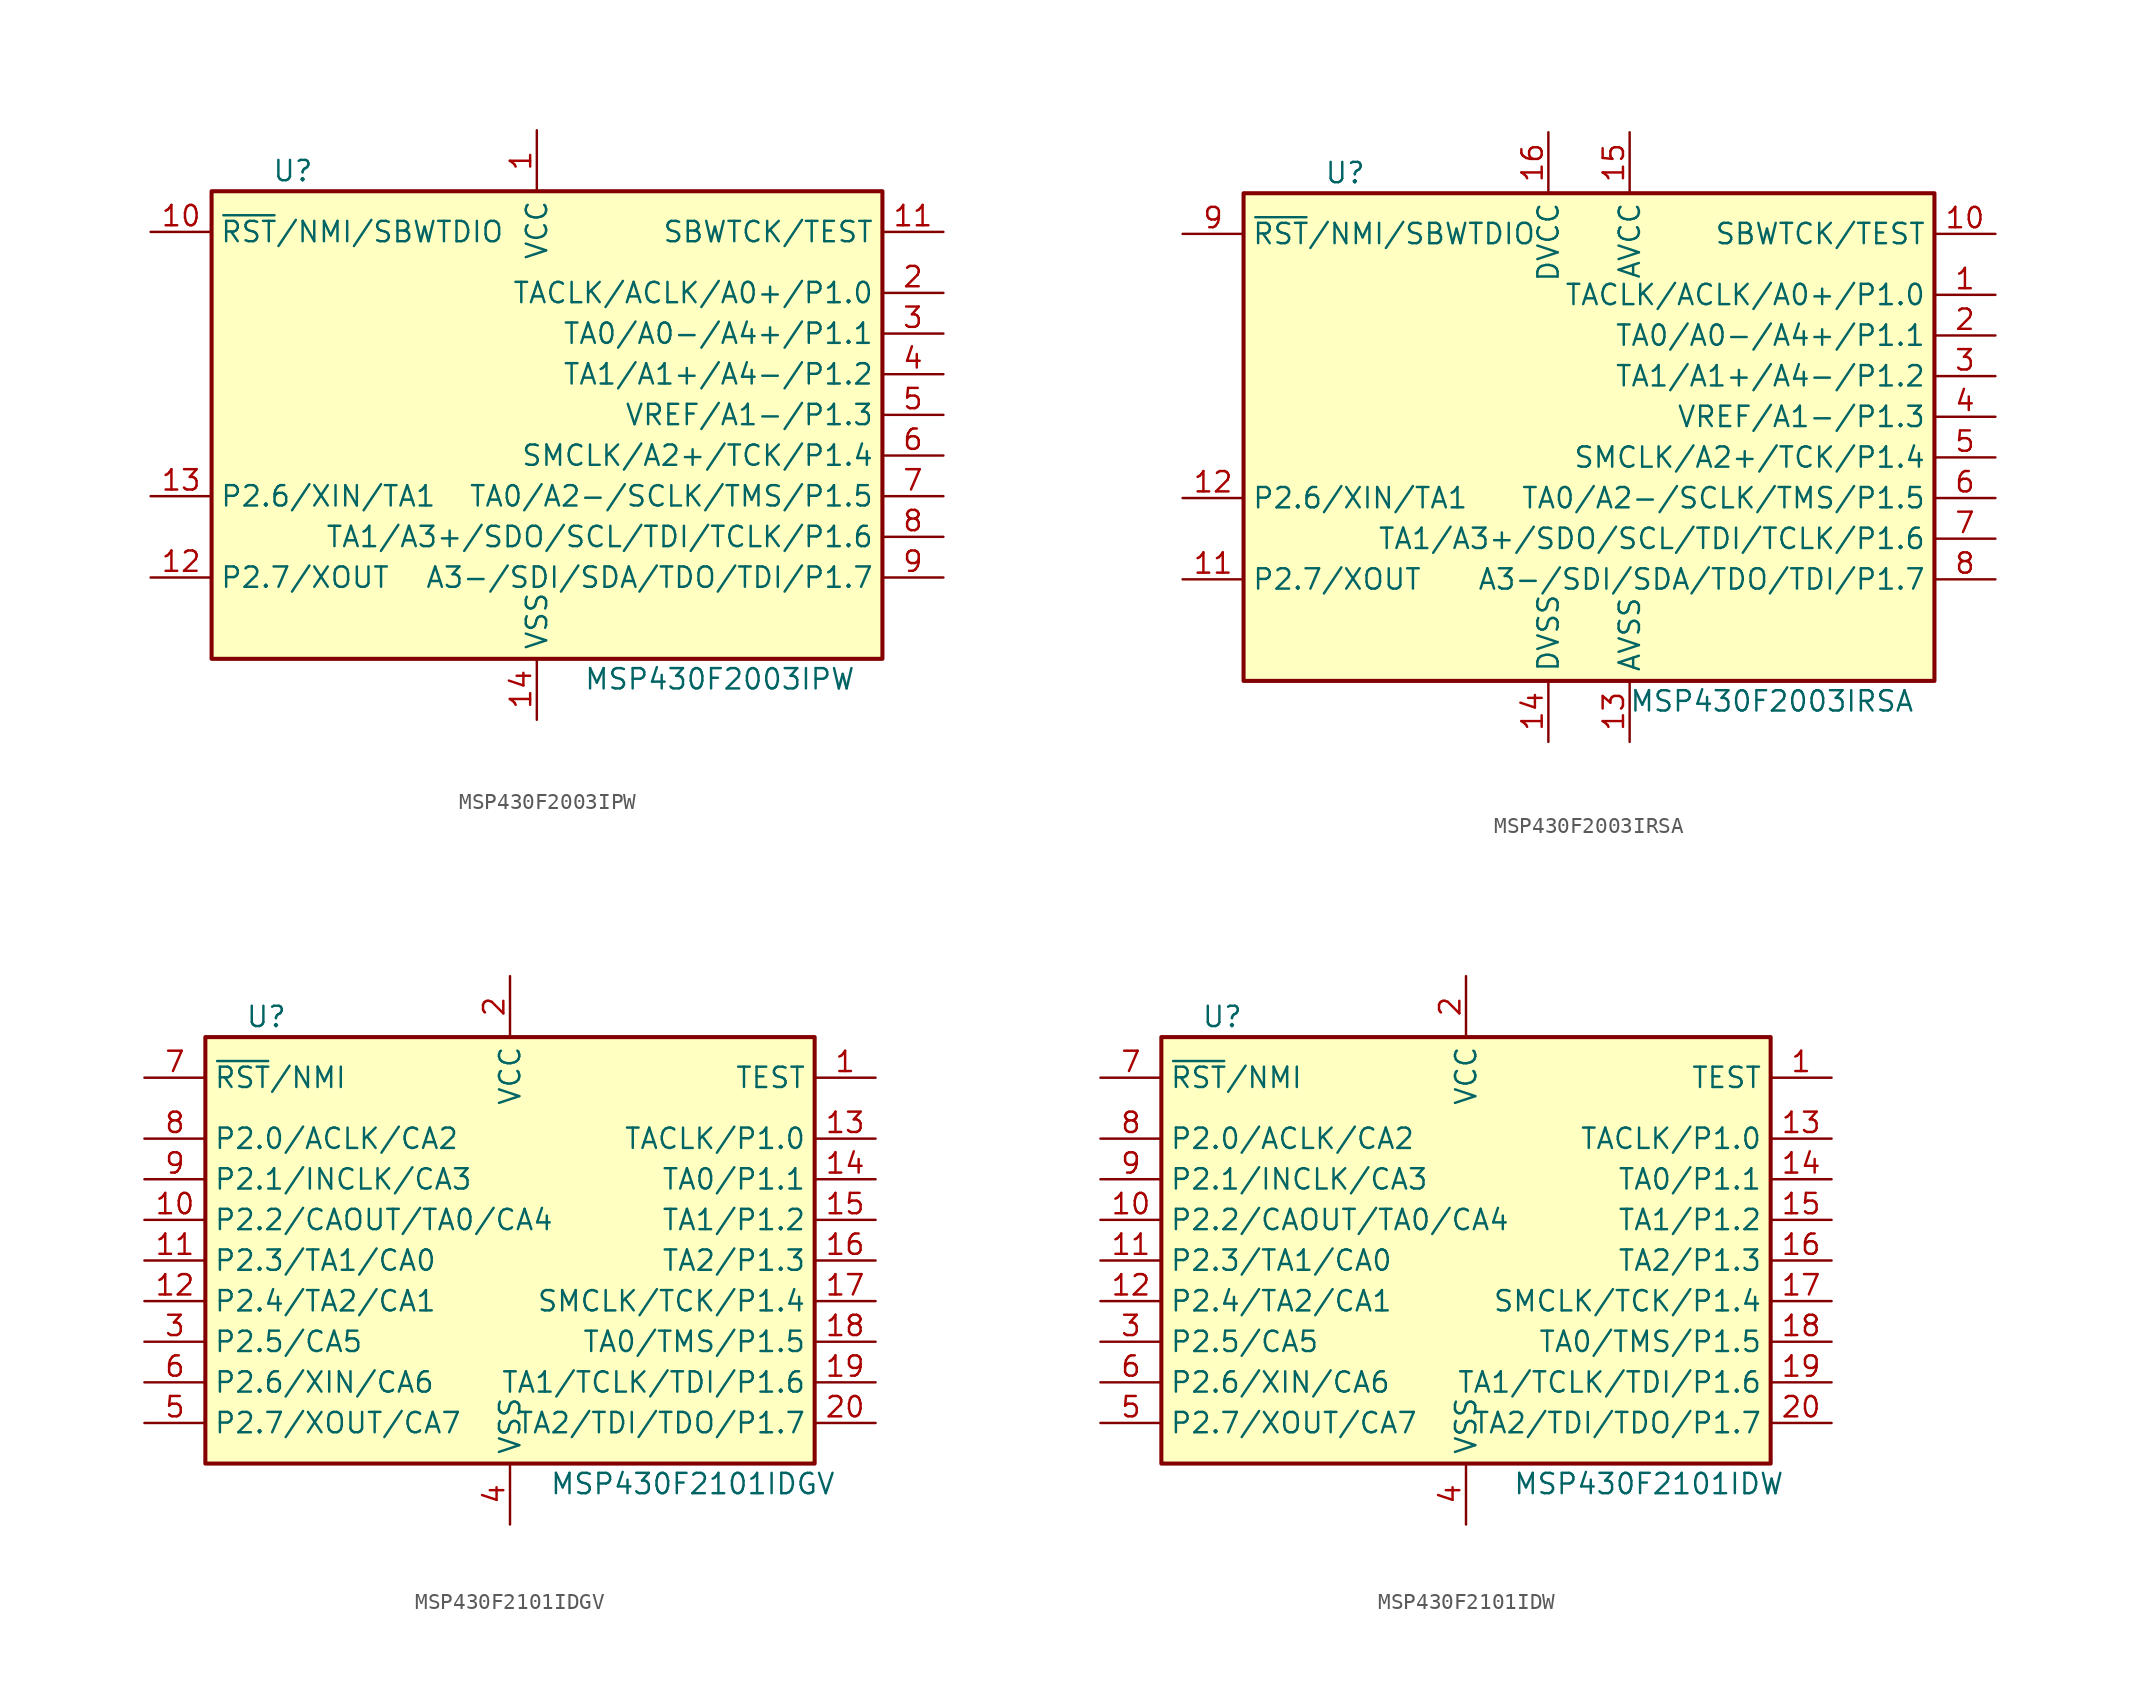
<source format=kicad_sym>
(kicad_symbol_lib
  (version 20201005)
  (generator kicad_symbol_editor)
  (symbol "MCU_Texas_MSP430:MSP430F2003IPW"
    (property "Reference" "U"
      (at -15.24 15.24 0)
      (effects (font (size 1.27 1.27))))
    (property "Value" "MSP430F2003IPW"
      (at 11.43 -16.51 0)
      (effects (font (size 1.27 1.27))))
    (symbol "MSP430F2003IPW_0_1"
      (rectangle (start -20.32 13.97) (end 21.59 -15.24) (stroke (width 0.254)) (fill (type background))))
    (symbol "MSP430F2003IPW_1_1"
      (pin power_in line (at 0 17.78 270) (length 3.81) (name "VCC" (effects (font (size 1.27 1.27)))) (number "1" (effects (font (size 1.27 1.27)))))
      (pin input line (at -24.13 11.43 0) (length 3.81) (name "~RST~/NMI/SBWTDIO" (effects (font (size 1.27 1.27)))) (number "10" (effects (font (size 1.27 1.27)))))
      (pin input line (at 25.4 11.43 180) (length 3.81) (name "SBWTCK/TEST" (effects (font (size 1.27 1.27)))) (number "11" (effects (font (size 1.27 1.27)))))
      (pin bidirectional line (at -24.13 -10.16 0) (length 3.81) (name "P2.7/XOUT" (effects (font (size 1.27 1.27)))) (number "12" (effects (font (size 1.27 1.27)))))
      (pin bidirectional line (at -24.13 -5.08 0) (length 3.81) (name "P2.6/XIN/TA1" (effects (font (size 1.27 1.27)))) (number "13" (effects (font (size 1.27 1.27)))))
      (pin power_in line (at 0 -19.05 90) (length 3.81) (name "VSS" (effects (font (size 1.27 1.27)))) (number "14" (effects (font (size 1.27 1.27)))))
      (pin bidirectional line (at 25.4 7.62 180) (length 3.81) (name "TACLK/ACLK/A0+/P1.0" (effects (font (size 1.27 1.27)))) (number "2" (effects (font (size 1.27 1.27)))))
      (pin bidirectional line (at 25.4 5.08 180) (length 3.81) (name "TA0/A0-/A4+/P1.1" (effects (font (size 1.27 1.27)))) (number "3" (effects (font (size 1.27 1.27)))))
      (pin bidirectional line (at 25.4 2.54 180) (length 3.81) (name "TA1/A1+/A4-/P1.2" (effects (font (size 1.27 1.27)))) (number "4" (effects (font (size 1.27 1.27)))))
      (pin bidirectional line (at 25.4 0 180) (length 3.81) (name "VREF/A1-/P1.3" (effects (font (size 1.27 1.27)))) (number "5" (effects (font (size 1.27 1.27)))))
      (pin bidirectional line (at 25.4 -2.54 180) (length 3.81) (name "SMCLK/A2+/TCK/P1.4" (effects (font (size 1.27 1.27)))) (number "6" (effects (font (size 1.27 1.27)))))
      (pin bidirectional line (at 25.4 -5.08 180) (length 3.81) (name "TA0/A2-/SCLK/TMS/P1.5" (effects (font (size 1.27 1.27)))) (number "7" (effects (font (size 1.27 1.27)))))
      (pin bidirectional line (at 25.4 -7.62 180) (length 3.81) (name "TA1/A3+/SDO/SCL/TDI/TCLK/P1.6" (effects (font (size 1.27 1.27)))) (number "8" (effects (font (size 1.27 1.27)))))
      (pin bidirectional line (at 25.4 -10.16 180) (length 3.81) (name "A3-/SDI/SDA/TDO/TDI/P1.7" (effects (font (size 1.27 1.27)))) (number "9" (effects (font (size 1.27 1.27)))))))
  (symbol "MCU_Texas_MSP430:MSP430F2003IRSA"
    (property "Reference" "U"
      (at -15.24 15.24 0)
      (effects (font (size 1.27 1.27))))
    (property "Value" "MSP430F2003IRSA"
      (at 11.43 -17.78 0)
      (effects (font (size 1.27 1.27))))
    (symbol "MSP430F2003IRSA_0_1"
      (rectangle (start -21.59 13.97) (end 21.59 -16.51) (stroke (width 0.254)) (fill (type background))))
    (symbol "MSP430F2003IRSA_1_1"
      (pin bidirectional line (at 25.4 7.62 180) (length 3.81) (name "TACLK/ACLK/A0+/P1.0" (effects (font (size 1.27 1.27)))) (number "1" (effects (font (size 1.27 1.27)))))
      (pin input line (at 25.4 11.43 180) (length 3.81) (name "SBWTCK/TEST" (effects (font (size 1.27 1.27)))) (number "10" (effects (font (size 1.27 1.27)))))
      (pin bidirectional line (at -25.4 -10.16 0) (length 3.81) (name "P2.7/XOUT" (effects (font (size 1.27 1.27)))) (number "11" (effects (font (size 1.27 1.27)))))
      (pin bidirectional line (at -25.4 -5.08 0) (length 3.81) (name "P2.6/XIN/TA1" (effects (font (size 1.27 1.27)))) (number "12" (effects (font (size 1.27 1.27)))))
      (pin power_in line (at 2.54 -20.32 90) (length 3.81) (name "AVSS" (effects (font (size 1.27 1.27)))) (number "13" (effects (font (size 1.27 1.27)))))
      (pin power_in line (at -2.54 -20.32 90) (length 3.81) (name "DVSS" (effects (font (size 1.27 1.27)))) (number "14" (effects (font (size 1.27 1.27)))))
      (pin power_in line (at 2.54 17.78 270) (length 3.81) (name "AVCC" (effects (font (size 1.27 1.27)))) (number "15" (effects (font (size 1.27 1.27)))))
      (pin power_in line (at -2.54 17.78 270) (length 3.81) (name "DVCC" (effects (font (size 1.27 1.27)))) (number "16" (effects (font (size 1.27 1.27)))))
      (pin bidirectional line (at 25.4 5.08 180) (length 3.81) (name "TA0/A0-/A4+/P1.1" (effects (font (size 1.27 1.27)))) (number "2" (effects (font (size 1.27 1.27)))))
      (pin bidirectional line (at 25.4 2.54 180) (length 3.81) (name "TA1/A1+/A4-/P1.2" (effects (font (size 1.27 1.27)))) (number "3" (effects (font (size 1.27 1.27)))))
      (pin bidirectional line (at 25.4 0 180) (length 3.81) (name "VREF/A1-/P1.3" (effects (font (size 1.27 1.27)))) (number "4" (effects (font (size 1.27 1.27)))))
      (pin bidirectional line (at 25.4 -2.54 180) (length 3.81) (name "SMCLK/A2+/TCK/P1.4" (effects (font (size 1.27 1.27)))) (number "5" (effects (font (size 1.27 1.27)))))
      (pin bidirectional line (at 25.4 -5.08 180) (length 3.81) (name "TA0/A2-/SCLK/TMS/P1.5" (effects (font (size 1.27 1.27)))) (number "6" (effects (font (size 1.27 1.27)))))
      (pin bidirectional line (at 25.4 -7.62 180) (length 3.81) (name "TA1/A3+/SDO/SCL/TDI/TCLK/P1.6" (effects (font (size 1.27 1.27)))) (number "7" (effects (font (size 1.27 1.27)))))
      (pin bidirectional line (at 25.4 -10.16 180) (length 3.81) (name "A3-/SDI/SDA/TDO/TDI/P1.7" (effects (font (size 1.27 1.27)))) (number "8" (effects (font (size 1.27 1.27)))))
      (pin input line (at -25.4 11.43 0) (length 3.81) (name "~RST~/NMI/SBWTDIO" (effects (font (size 1.27 1.27)))) (number "9" (effects (font (size 1.27 1.27)))))))
  (symbol "MCU_Texas_MSP430:MSP430F2101IDGV"
    (property "Reference" "U"
      (at -15.24 15.24 0)
      (effects (font (size 1.27 1.27))))
    (property "Value" "MSP430F2101IDGV"
      (at 11.43 -13.97 0)
      (effects (font (size 1.27 1.27))))
    (symbol "MSP430F2101IDGV_0_1"
      (rectangle (start -19.05 13.97) (end 19.05 -12.7) (stroke (width 0.254)) (fill (type background))))
    (symbol "MSP430F2101IDGV_1_1"
      (pin input line (at 22.86 11.43 180) (length 3.81) (name "TEST" (effects (font (size 1.27 1.27)))) (number "1" (effects (font (size 1.27 1.27)))))
      (pin bidirectional line (at -22.86 2.54 0) (length 3.81) (name "P2.2/CAOUT/TA0/CA4" (effects (font (size 1.27 1.27)))) (number "10" (effects (font (size 1.27 1.27)))))
      (pin bidirectional line (at -22.86 0 0) (length 3.81) (name "P2.3/TA1/CA0" (effects (font (size 1.27 1.27)))) (number "11" (effects (font (size 1.27 1.27)))))
      (pin bidirectional line (at -22.86 -2.54 0) (length 3.81) (name "P2.4/TA2/CA1" (effects (font (size 1.27 1.27)))) (number "12" (effects (font (size 1.27 1.27)))))
      (pin bidirectional line (at 22.86 7.62 180) (length 3.81) (name "TACLK/P1.0" (effects (font (size 1.27 1.27)))) (number "13" (effects (font (size 1.27 1.27)))))
      (pin bidirectional line (at 22.86 5.08 180) (length 3.81) (name "TA0/P1.1" (effects (font (size 1.27 1.27)))) (number "14" (effects (font (size 1.27 1.27)))))
      (pin bidirectional line (at 22.86 2.54 180) (length 3.81) (name "TA1/P1.2" (effects (font (size 1.27 1.27)))) (number "15" (effects (font (size 1.27 1.27)))))
      (pin bidirectional line (at 22.86 0 180) (length 3.81) (name "TA2/P1.3" (effects (font (size 1.27 1.27)))) (number "16" (effects (font (size 1.27 1.27)))))
      (pin bidirectional line (at 22.86 -2.54 180) (length 3.81) (name "SMCLK/TCK/P1.4" (effects (font (size 1.27 1.27)))) (number "17" (effects (font (size 1.27 1.27)))))
      (pin bidirectional line (at 22.86 -5.08 180) (length 3.81) (name "TA0/TMS/P1.5" (effects (font (size 1.27 1.27)))) (number "18" (effects (font (size 1.27 1.27)))))
      (pin bidirectional line (at 22.86 -7.62 180) (length 3.81) (name "TA1/TCLK/TDI/P1.6" (effects (font (size 1.27 1.27)))) (number "19" (effects (font (size 1.27 1.27)))))
      (pin power_in line (at 0 17.78 270) (length 3.81) (name "VCC" (effects (font (size 1.27 1.27)))) (number "2" (effects (font (size 1.27 1.27)))))
      (pin bidirectional line (at 22.86 -10.16 180) (length 3.81) (name "TA2/TDI/TDO/P1.7" (effects (font (size 1.27 1.27)))) (number "20" (effects (font (size 1.27 1.27)))))
      (pin bidirectional line (at -22.86 -5.08 0) (length 3.81) (name "P2.5/CA5" (effects (font (size 1.27 1.27)))) (number "3" (effects (font (size 1.27 1.27)))))
      (pin power_in line (at 0 -16.51 90) (length 3.81) (name "VSS" (effects (font (size 1.27 1.27)))) (number "4" (effects (font (size 1.27 1.27)))))
      (pin bidirectional line (at -22.86 -10.16 0) (length 3.81) (name "P2.7/XOUT/CA7" (effects (font (size 1.27 1.27)))) (number "5" (effects (font (size 1.27 1.27)))))
      (pin bidirectional line (at -22.86 -7.62 0) (length 3.81) (name "P2.6/XIN/CA6" (effects (font (size 1.27 1.27)))) (number "6" (effects (font (size 1.27 1.27)))))
      (pin input line (at -22.86 11.43 0) (length 3.81) (name "~RST~/NMI" (effects (font (size 1.27 1.27)))) (number "7" (effects (font (size 1.27 1.27)))))
      (pin bidirectional line (at -22.86 7.62 0) (length 3.81) (name "P2.0/ACLK/CA2" (effects (font (size 1.27 1.27)))) (number "8" (effects (font (size 1.27 1.27)))))
      (pin bidirectional line (at -22.86 5.08 0) (length 3.81) (name "P2.1/INCLK/CA3" (effects (font (size 1.27 1.27)))) (number "9" (effects (font (size 1.27 1.27)))))))
  (symbol "MCU_Texas_MSP430:MSP430F2101IDW"
    (property "Reference" "U"
      (at -15.24 15.24 0)
      (effects (font (size 1.27 1.27))))
    (property "Value" "MSP430F2101IDW"
      (at 11.43 -13.97 0)
      (effects (font (size 1.27 1.27))))
    (symbol "MSP430F2101IDW_0_1"
      (rectangle (start -19.05 13.97) (end 19.05 -12.7) (stroke (width 0.254)) (fill (type background))))
    (symbol "MSP430F2101IDW_1_1"
      (pin input line (at 22.86 11.43 180) (length 3.81) (name "TEST" (effects (font (size 1.27 1.27)))) (number "1" (effects (font (size 1.27 1.27)))))
      (pin bidirectional line (at -22.86 2.54 0) (length 3.81) (name "P2.2/CAOUT/TA0/CA4" (effects (font (size 1.27 1.27)))) (number "10" (effects (font (size 1.27 1.27)))))
      (pin bidirectional line (at -22.86 0 0) (length 3.81) (name "P2.3/TA1/CA0" (effects (font (size 1.27 1.27)))) (number "11" (effects (font (size 1.27 1.27)))))
      (pin bidirectional line (at -22.86 -2.54 0) (length 3.81) (name "P2.4/TA2/CA1" (effects (font (size 1.27 1.27)))) (number "12" (effects (font (size 1.27 1.27)))))
      (pin bidirectional line (at 22.86 7.62 180) (length 3.81) (name "TACLK/P1.0" (effects (font (size 1.27 1.27)))) (number "13" (effects (font (size 1.27 1.27)))))
      (pin bidirectional line (at 22.86 5.08 180) (length 3.81) (name "TA0/P1.1" (effects (font (size 1.27 1.27)))) (number "14" (effects (font (size 1.27 1.27)))))
      (pin bidirectional line (at 22.86 2.54 180) (length 3.81) (name "TA1/P1.2" (effects (font (size 1.27 1.27)))) (number "15" (effects (font (size 1.27 1.27)))))
      (pin bidirectional line (at 22.86 0 180) (length 3.81) (name "TA2/P1.3" (effects (font (size 1.27 1.27)))) (number "16" (effects (font (size 1.27 1.27)))))
      (pin bidirectional line (at 22.86 -2.54 180) (length 3.81) (name "SMCLK/TCK/P1.4" (effects (font (size 1.27 1.27)))) (number "17" (effects (font (size 1.27 1.27)))))
      (pin bidirectional line (at 22.86 -5.08 180) (length 3.81) (name "TA0/TMS/P1.5" (effects (font (size 1.27 1.27)))) (number "18" (effects (font (size 1.27 1.27)))))
      (pin bidirectional line (at 22.86 -7.62 180) (length 3.81) (name "TA1/TCLK/TDI/P1.6" (effects (font (size 1.27 1.27)))) (number "19" (effects (font (size 1.27 1.27)))))
      (pin power_in line (at 0 17.78 270) (length 3.81) (name "VCC" (effects (font (size 1.27 1.27)))) (number "2" (effects (font (size 1.27 1.27)))))
      (pin bidirectional line (at 22.86 -10.16 180) (length 3.81) (name "TA2/TDI/TDO/P1.7" (effects (font (size 1.27 1.27)))) (number "20" (effects (font (size 1.27 1.27)))))
      (pin bidirectional line (at -22.86 -5.08 0) (length 3.81) (name "P2.5/CA5" (effects (font (size 1.27 1.27)))) (number "3" (effects (font (size 1.27 1.27)))))
      (pin power_in line (at 0 -16.51 90) (length 3.81) (name "VSS" (effects (font (size 1.27 1.27)))) (number "4" (effects (font (size 1.27 1.27)))))
      (pin bidirectional line (at -22.86 -10.16 0) (length 3.81) (name "P2.7/XOUT/CA7" (effects (font (size 1.27 1.27)))) (number "5" (effects (font (size 1.27 1.27)))))
      (pin bidirectional line (at -22.86 -7.62 0) (length 3.81) (name "P2.6/XIN/CA6" (effects (font (size 1.27 1.27)))) (number "6" (effects (font (size 1.27 1.27)))))
      (pin input line (at -22.86 11.43 0) (length 3.81) (name "~RST~/NMI" (effects (font (size 1.27 1.27)))) (number "7" (effects (font (size 1.27 1.27)))))
      (pin bidirectional line (at -22.86 7.62 0) (length 3.81) (name "P2.0/ACLK/CA2" (effects (font (size 1.27 1.27)))) (number "8" (effects (font (size 1.27 1.27)))))
      (pin bidirectional line (at -22.86 5.08 0) (length 3.81) (name "P2.1/INCLK/CA3" (effects (font (size 1.27 1.27)))) (number "9" (effects (font (size 1.27 1.27))))))))
</source>
